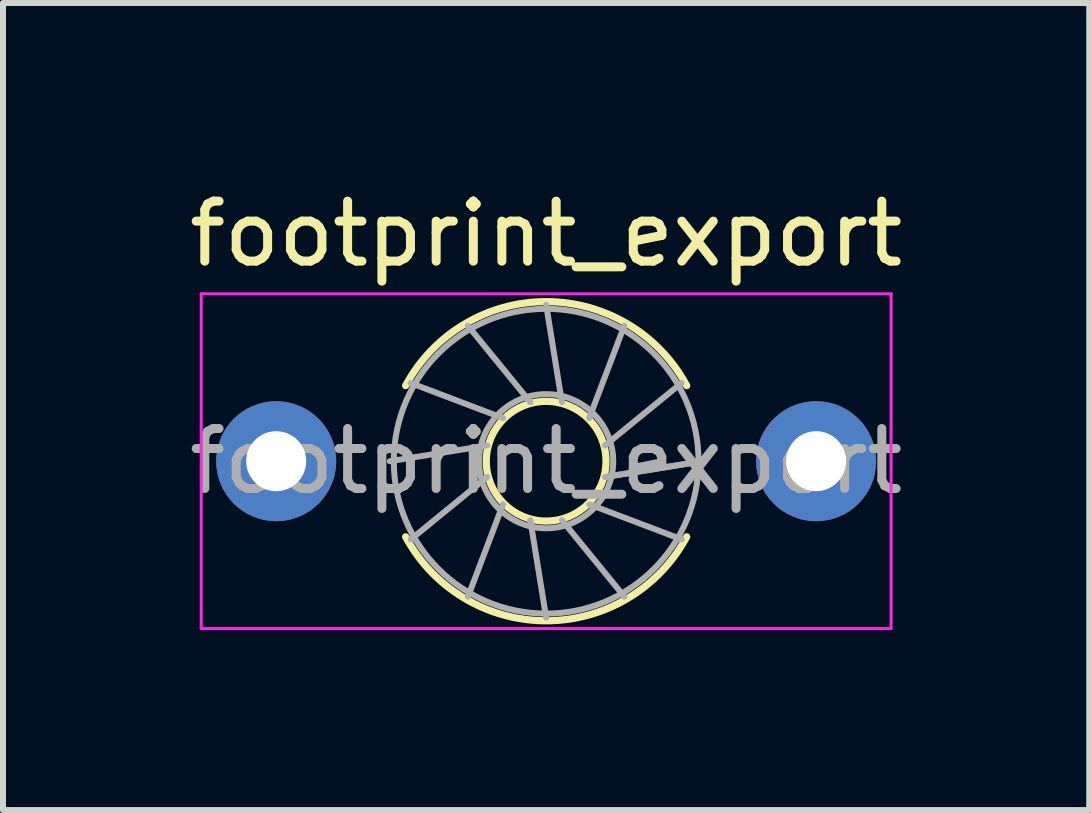
<source format=kicad_pcb>
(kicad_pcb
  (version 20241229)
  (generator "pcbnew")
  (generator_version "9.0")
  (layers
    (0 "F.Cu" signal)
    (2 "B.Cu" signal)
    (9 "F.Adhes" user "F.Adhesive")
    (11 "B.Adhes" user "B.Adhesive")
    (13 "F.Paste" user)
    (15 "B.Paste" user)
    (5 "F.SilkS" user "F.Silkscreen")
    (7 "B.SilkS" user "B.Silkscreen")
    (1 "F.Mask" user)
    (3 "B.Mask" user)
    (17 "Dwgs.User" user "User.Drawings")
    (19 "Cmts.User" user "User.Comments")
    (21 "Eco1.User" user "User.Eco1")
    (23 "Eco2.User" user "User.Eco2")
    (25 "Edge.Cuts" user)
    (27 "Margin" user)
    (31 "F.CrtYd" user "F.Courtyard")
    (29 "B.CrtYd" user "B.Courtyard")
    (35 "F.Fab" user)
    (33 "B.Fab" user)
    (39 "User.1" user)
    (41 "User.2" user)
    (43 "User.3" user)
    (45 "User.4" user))
  (footprint "footprint_export"
    (layer "F.Cu")
    (at 1.554 4.638)
    (property "Reference" "footprint_export" (at 4.5 -3.79 0) (layer "F.SilkS") (effects (font (size 1 1) (thickness 0.15))))
    (attr through_hole)
    (fp_arc (start 2.157352 -1.26) (mid 4.5 -2.66) (end 6.842648 -1.26) (stroke (width 0.12) (type solid)) (layer "F.SilkS"))
    (fp_arc (start 6.842648 1.26) (mid 4.5 2.66) (end 2.157352 1.26) (stroke (width 0.12) (type solid)) (layer "F.SilkS"))
    (fp_circle (center 4.5 0) (end 5.498 0) (stroke (width 0.12) (type solid)) (fill no) (layer "F.SilkS"))
    (fp_line (start -1.25 -2.79) (end -1.25 2.79) (stroke (width 0.05) (type solid)) (layer "F.CrtYd"))
    (fp_line (start -1.25 2.79) (end 10.25 2.79) (stroke (width 0.05) (type solid)) (layer "F.CrtYd"))
    (fp_line (start 10.25 -2.79) (end -1.25 -2.79) (stroke (width 0.05) (type solid)) (layer "F.CrtYd"))
    (fp_line (start 10.25 2.79) (end 10.25 -2.79) (stroke (width 0.05) (type solid)) (layer "F.CrtYd"))
    (fp_line (start 1.893 0.000242) (end 3.517 -0.263) (stroke (width 0.1) (type solid)) (layer "F.Fab"))
    (fp_line (start 2.242 -1.303) (end 3.78 -0.719) (stroke (width 0.1) (type solid)) (layer "F.Fab"))
    (fp_line (start 2.243 1.304) (end 3.517 0.263) (stroke (width 0.1) (type solid)) (layer "F.Fab"))
    (fp_line (start 3.196 -2.257) (end 4.237 -0.983) (stroke (width 0.1) (type solid)) (layer "F.Fab"))
    (fp_line (start 3.197 2.258) (end 3.781 0.72) (stroke (width 0.1) (type solid)) (layer "F.Fab"))
    (fp_line (start 4.5 -2.607) (end 4.763 -0.983) (stroke (width 0.1) (type solid)) (layer "F.Fab"))
    (fp_line (start 4.5 2.607) (end 4.237 0.983) (stroke (width 0.1) (type solid)) (layer "F.Fab"))
    (fp_line (start 5.803 -2.258) (end 5.219 -0.72) (stroke (width 0.1) (type solid)) (layer "F.Fab"))
    (fp_line (start 5.803 2.258) (end 4.763 0.983) (stroke (width 0.1) (type solid)) (layer "F.Fab"))
    (fp_line (start 6.757 -1.304) (end 5.483 -0.264) (stroke (width 0.1) (type solid)) (layer "F.Fab"))
    (fp_line (start 6.758 1.303) (end 5.22 0.72) (stroke (width 0.1) (type solid)) (layer "F.Fab"))
    (fp_line (start 7.107 -0.000483) (end 5.483 0.263) (stroke (width 0.1) (type solid)) (layer "F.Fab"))
    (fp_line (start 7.107 0) (end 5.483 0.263) (stroke (width 0.1) (type solid)) (layer "F.Fab"))
    (fp_circle (center 4.5 0) (end 5.618 0) (stroke (width 0.1) (type solid)) (fill no) (layer "F.Fab"))
    (fp_circle (center 4.5 0) (end 7.04 0) (stroke (width 0.1) (type solid)) (fill no) (layer "F.Fab"))
    (fp_text user "${REFERENCE}" (at 4.5 0 0) (layer "F.Fab") (effects (font (size 1 1) (thickness 0.15))))
    (pad "1" thru_hole circle (at 0 0) (size 2 2) (drill 1) (layers "*.Cu" "*.Mask"))
    (pad "2" thru_hole circle (at 9 0) (size 2 2) (drill 1) (layers "*.Cu" "*.Mask")))
  (gr_rect
    (start -3 -3)
    (end 15.107 10.453)
    (stroke (width 0.1) (type default))
    (fill no)
    (layer "Edge.Cuts")))
</source>
